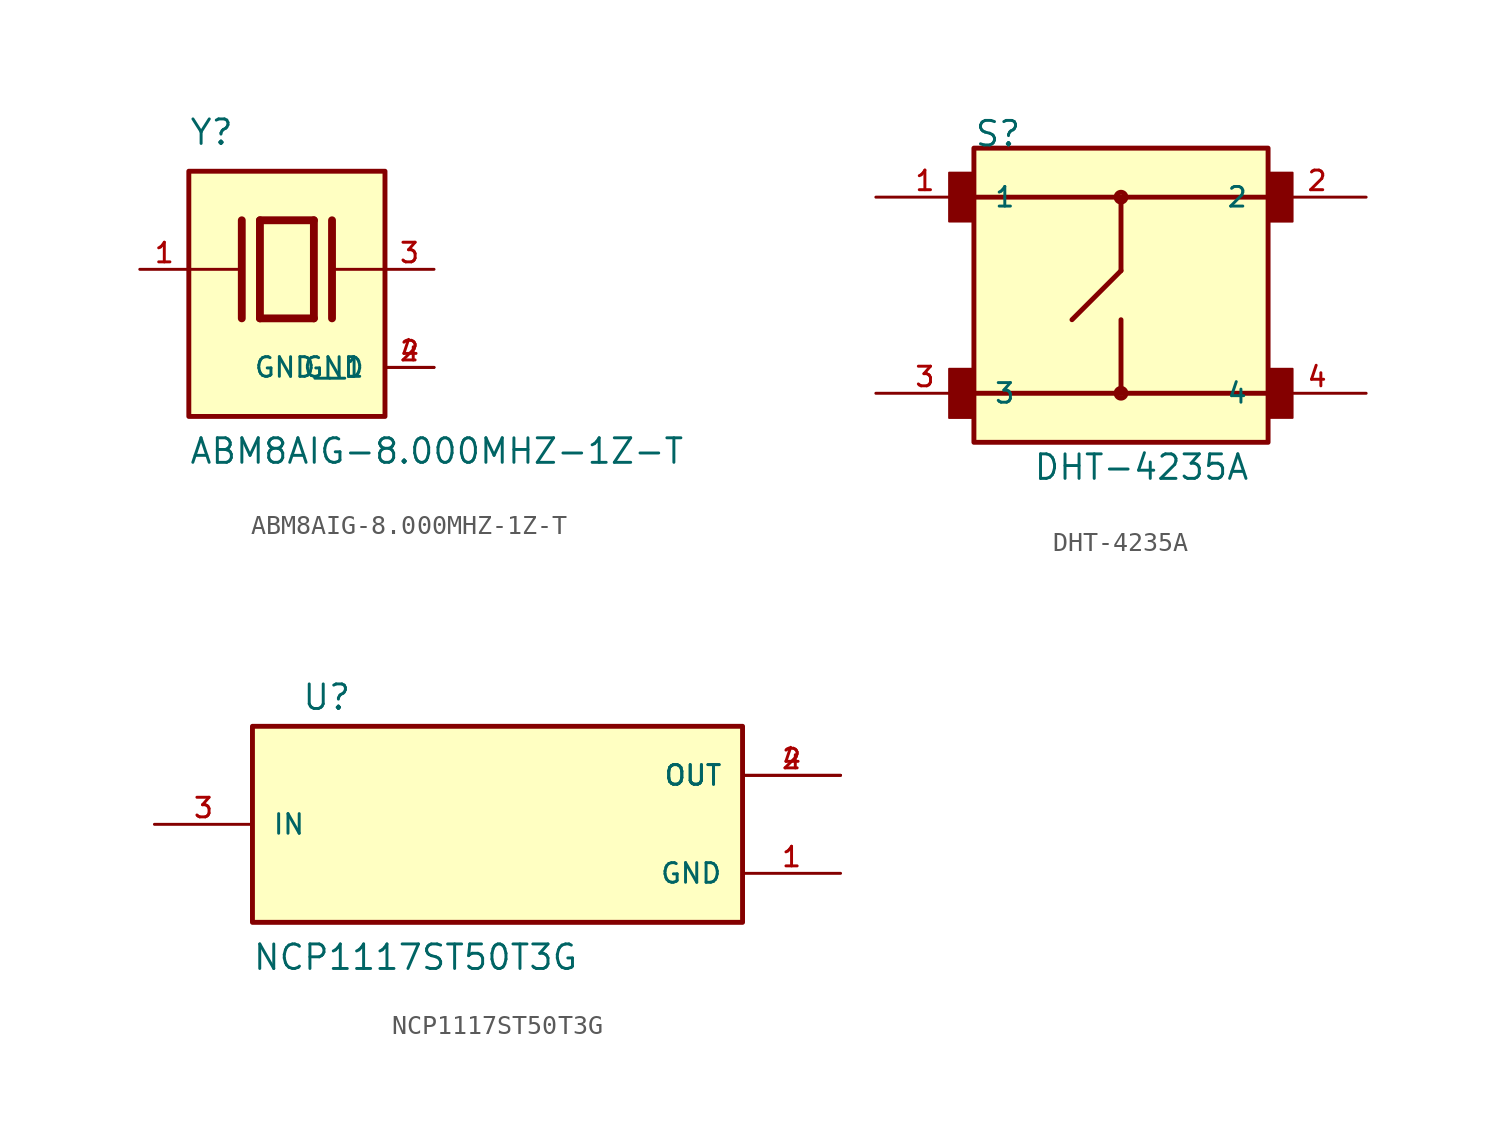
<source format=kicad_sym>
(kicad_symbol_lib
  (version 20241209)
  (generator "kicad_symbol_editor")
  (generator_version "9.0")
  (symbol "ABM8AIG-8.000MHZ-1Z-T"
    (pin_names
      (offset 1.016))
    (property "Reference" "Y"
      (at -5.088 6.356 0)
      (effects (font (size 1.27 1.27)) (justify left bottom)))
    (property "Value" "ABM8AIG-8.000MHZ-1Z-T"
      (at -5.094 -10.16 0)
      (effects (font (size 1.27 1.27)) (justify left bottom)))
    (symbol "ABM8AIG-8.000MHZ-1Z-T_0_0"
      (polyline (pts (xy -5.08 0) (xy -2.54 0)) (stroke (width 0.152) (type default)) (fill (type none)))
      (rectangle (start -5.08 -7.62) (end 5.08 5.08) (stroke (width 0.254) (type default)) (fill (type background)))
      (polyline (pts (xy -2.337 2.54) (xy -2.337 -2.54)) (stroke (width 0.406) (type default)) (fill (type none)))
      (polyline (pts (xy -1.397 2.54) (xy -1.397 -2.54)) (stroke (width 0.406) (type default)) (fill (type none)))
      (polyline (pts (xy -1.397 2.54) (xy 1.397 2.54)) (stroke (width 0.406) (type default)) (fill (type none)))
      (polyline (pts (xy 1.397 2.54) (xy 1.397 -2.54)) (stroke (width 0.406) (type default)) (fill (type none)))
      (polyline (pts (xy 1.397 -2.54) (xy -1.397 -2.54)) (stroke (width 0.406) (type default)) (fill (type none)))
      (polyline (pts (xy 2.337 2.54) (xy 2.337 -2.54)) (stroke (width 0.406) (type default)) (fill (type none)))
      (polyline (pts (xy 2.54 0) (xy 5.08 0)) (stroke (width 0.152) (type default)) (fill (type none)))
      (pin passive line (at -7.62 0 0) (length 2.54) (name "~" (effects (font (size 1.016 1.016)))) (number "1" (effects (font (size 1.016 1.016)))))
      (pin passive line (at 7.62 0 180) (length 2.54) (name "~" (effects (font (size 1.016 1.016)))) (number "3" (effects (font (size 1.016 1.016)))))
      (pin power_in line (at 7.62 -5.08 180) (length 2.54) (name "GND" (effects (font (size 1.016 1.016)))) (number "2" (effects (font (size 1.016 1.016)))))
      (pin power_in line (at 7.62 -5.08 180) (length 2.54) (name "GND__1" (effects (font (size 1.016 1.016)))) (number "4" (effects (font (size 1.016 1.016)))))))
  (symbol "DHT-4235A"
    (pin_names
      (offset 1.016))
    (property "Reference" "S"
      (at -7.622 7.622 0)
      (effects (font (size 1.27 1.27)) (justify left bottom)))
    (property "Value" "DHT-4235A"
      (at -4.572 -9.652 0)
      (effects (font (size 1.27 1.27)) (justify left bottom)))
    (symbol "DHT-4235A_0_0"
      (rectangle (start -8.906 3.817) (end -7.62 6.35) (stroke (width 0.1) (type default)) (fill (type outline)))
      (rectangle (start -8.905 -6.361) (end -7.62 -3.81) (stroke (width 0.1) (type default)) (fill (type outline)))
      (rectangle (start -7.62 -7.62) (end 7.62 7.62) (stroke (width 0.254) (type default)) (fill (type background)))
      (circle (center 0 5.08) (radius 0.254) (stroke (width 0.254) (type default)) (fill (type none)))
      (polyline (pts (xy 0 5.08) (xy -7.62 5.08)) (stroke (width 0.254) (type default)) (fill (type none)))
      (polyline (pts (xy 0 5.08) (xy 0 1.27)) (stroke (width 0.254) (type default)) (fill (type none)))
      (polyline (pts (xy 0 1.27) (xy -2.54 -1.27)) (stroke (width 0.254) (type default)) (fill (type none)))
      (polyline (pts (xy 0 -5.08) (xy -7.62 -5.08)) (stroke (width 0.254) (type default)) (fill (type none)))
      (polyline (pts (xy 0 -5.08) (xy 0 -1.27)) (stroke (width 0.254) (type default)) (fill (type none)))
      (circle (center 0 -5.08) (radius 0.254) (stroke (width 0.254) (type default)) (fill (type none)))
      (polyline (pts (xy 7.62 5.08) (xy 0 5.08)) (stroke (width 0.254) (type default)) (fill (type none)))
      (polyline (pts (xy 7.62 -5.08) (xy 0 -5.08)) (stroke (width 0.254) (type default)) (fill (type none)))
      (rectangle (start 7.626 3.813) (end 8.89 6.35) (stroke (width 0.1) (type default)) (fill (type outline)))
      (rectangle (start 7.626 -6.355) (end 8.89 -3.81) (stroke (width 0.1) (type default)) (fill (type outline)))
      (pin passive line (at -12.7 5.08 0) (length 5.08) (name "1" (effects (font (size 1.016 1.016)))) (number "1" (effects (font (size 1.016 1.016)))))
      (pin passive line (at -12.7 -5.08 0) (length 5.08) (name "3" (effects (font (size 1.016 1.016)))) (number "3" (effects (font (size 1.016 1.016)))))
      (pin passive line (at 12.7 5.08 180) (length 5.08) (name "2" (effects (font (size 1.016 1.016)))) (number "2" (effects (font (size 1.016 1.016)))))
      (pin passive line (at 12.7 -5.08 180) (length 5.08) (name "4" (effects (font (size 1.016 1.016)))) (number "4" (effects (font (size 1.016 1.016)))))))
  (symbol "NCP1117ST50T3G"
    (pin_names
      (offset 1.016))
    (property "Reference" "U"
      (at -10.16 5.842 0)
      (effects (font (size 1.27 1.27)) (justify left bottom)))
    (property "Value" "NCP1117ST50T3G"
      (at -12.724 -7.634 0)
      (effects (font (size 1.27 1.27)) (justify left bottom)))
    (symbol "NCP1117ST50T3G_0_0"
      (rectangle (start -12.7 -5.08) (end 12.7 5.08) (stroke (width 0.254) (type default)) (fill (type background)))
      (pin input line (at -17.78 0 0) (length 5.08) (name "IN" (effects (font (size 1.016 1.016)))) (number "3" (effects (font (size 1.016 1.016)))))
      (pin output line (at 17.78 2.54 180) (length 5.08) (name "OUT" (effects (font (size 1.016 1.016)))) (number "2" (effects (font (size 1.016 1.016)))))
      (pin output line (at 17.78 2.54 180) (length 5.08) (name "OUT" (effects (font (size 1.016 1.016)))) (number "4" (effects (font (size 1.016 1.016)))))
      (pin power_in line (at 17.78 -2.54 180) (length 5.08) (name "GND" (effects (font (size 1.016 1.016)))) (number "1" (effects (font (size 1.016 1.016))))))))
</source>
